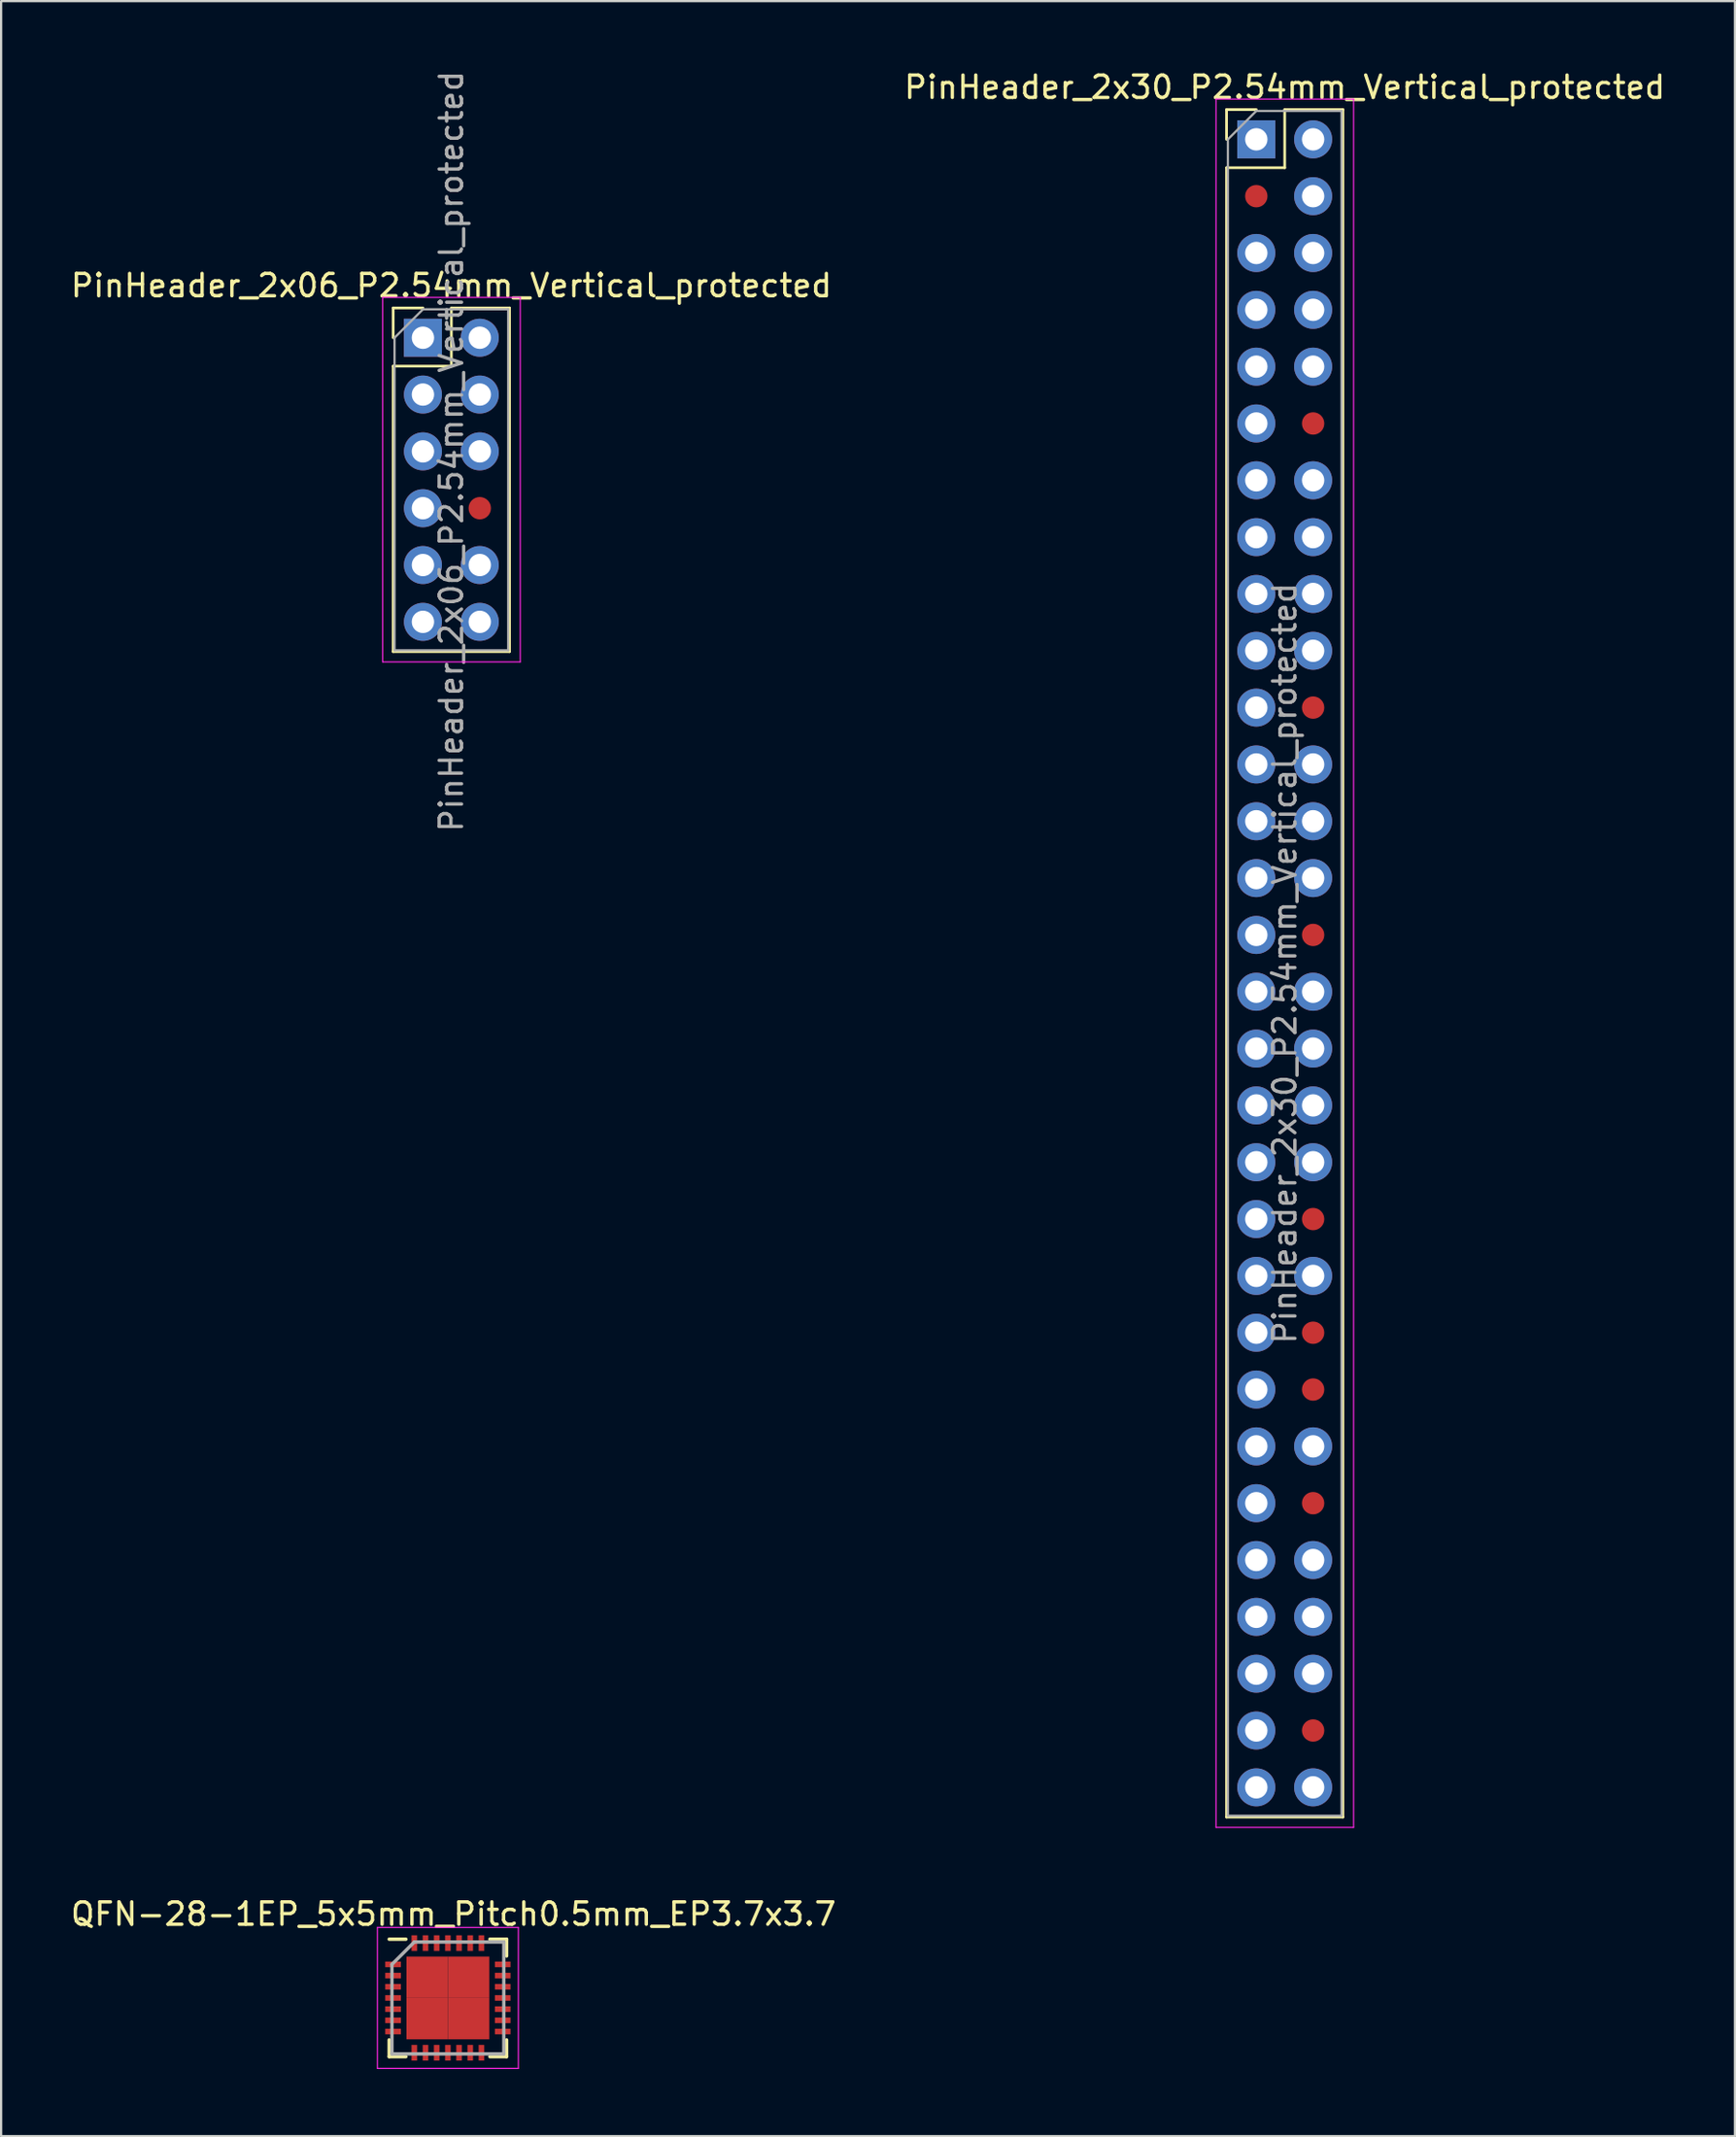
<source format=kicad_pcb>
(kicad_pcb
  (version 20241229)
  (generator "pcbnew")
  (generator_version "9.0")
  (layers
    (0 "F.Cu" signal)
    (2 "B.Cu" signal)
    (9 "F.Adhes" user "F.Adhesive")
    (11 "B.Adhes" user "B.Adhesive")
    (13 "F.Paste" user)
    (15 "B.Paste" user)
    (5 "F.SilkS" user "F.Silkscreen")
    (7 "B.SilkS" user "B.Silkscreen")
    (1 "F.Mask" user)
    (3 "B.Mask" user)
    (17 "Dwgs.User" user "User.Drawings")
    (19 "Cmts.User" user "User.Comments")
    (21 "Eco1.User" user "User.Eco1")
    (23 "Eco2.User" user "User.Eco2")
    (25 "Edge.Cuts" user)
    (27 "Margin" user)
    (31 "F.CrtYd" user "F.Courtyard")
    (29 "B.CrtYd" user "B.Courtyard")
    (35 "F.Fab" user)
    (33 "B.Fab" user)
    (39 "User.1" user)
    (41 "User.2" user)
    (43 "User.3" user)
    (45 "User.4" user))
  (footprint "PinHeader_2x06_P2.54mm_Vertical_protected"
    (layer "F.Cu")
    (at 15.855 12.045)
    (property "Reference" "PinHeader_2x06_P2.54mm_Vertical_protected" (at 1.27 -2.33 0) (layer "F.SilkS") (effects (font (size 1 1) (thickness 0.15))))
    (attr through_hole)
    (fp_line (start -1.33 -1.33) (end 0 -1.33) (stroke (width 0.12) (type solid)) (layer "F.SilkS"))
    (fp_line (start -1.33 0) (end -1.33 -1.33) (stroke (width 0.12) (type solid)) (layer "F.SilkS"))
    (fp_line (start -1.33 1.27) (end -1.33 14.03) (stroke (width 0.12) (type solid)) (layer "F.SilkS"))
    (fp_line (start -1.33 1.27) (end 1.27 1.27) (stroke (width 0.12) (type solid)) (layer "F.SilkS"))
    (fp_line (start 1.27 -1.33) (end 3.87 -1.33) (stroke (width 0.12) (type solid)) (layer "F.SilkS"))
    (fp_line (start 1.27 1.27) (end 1.27 -1.33) (stroke (width 0.12) (type solid)) (layer "F.SilkS"))
    (fp_line (start 3.87 -1.33) (end 3.87 14.03) (stroke (width 0.12) (type solid)) (layer "F.SilkS"))
    (fp_line (start 3.87 14.03) (end -1.33 14.03) (stroke (width 0.12) (type solid)) (layer "F.SilkS"))
    (fp_line (start -1.8 -1.8) (end -1.8 14.49) (stroke (width 0.05) (type solid)) (layer "F.CrtYd"))
    (fp_line (start -1.8 14.49) (end 4.35 14.49) (stroke (width 0.05) (type solid)) (layer "F.CrtYd"))
    (fp_line (start 4.35 -1.8) (end -1.8 -1.8) (stroke (width 0.05) (type solid)) (layer "F.CrtYd"))
    (fp_line (start 4.35 14.49) (end 4.35 -1.8) (stroke (width 0.05) (type solid)) (layer "F.CrtYd"))
    (fp_line (start -1.27 0) (end 0 -1.27) (stroke (width 0.1) (type solid)) (layer "F.Fab"))
    (fp_line (start -1.27 13.97) (end -1.27 0) (stroke (width 0.1) (type solid)) (layer "F.Fab"))
    (fp_line (start 0 -1.27) (end 3.81 -1.27) (stroke (width 0.1) (type solid)) (layer "F.Fab"))
    (fp_line (start 3.81 -1.27) (end 3.81 13.97) (stroke (width 0.1) (type solid)) (layer "F.Fab"))
    (fp_line (start 3.81 13.97) (end -1.27 13.97) (stroke (width 0.1) (type solid)) (layer "F.Fab"))
    (fp_text user "${REFERENCE}" (at 1.27 5.08 90) (layer "F.Fab") (effects (font (size 1 1) (thickness 0.15))))
    (pad "1" thru_hole rect (at 0 0) (size 1.7 1.7) (drill 1) (layers "*.Cu" "*.Mask"))
    (pad "2" thru_hole oval (at 2.54 0) (size 1.7 1.7) (drill 1) (layers "*.Cu" "*.Mask"))
    (pad "3" thru_hole oval (at 0 2.54) (size 1.7 1.7) (drill 1) (layers "*.Cu" "*.Mask"))
    (pad "4" thru_hole oval (at 2.54 2.54) (size 1.7 1.7) (drill 1) (layers "*.Cu" "*.Mask"))
    (pad "5" thru_hole oval (at 0 5.08) (size 1.7 1.7) (drill 1) (layers "*.Cu" "*.Mask"))
    (pad "6" thru_hole oval (at 2.54 5.08) (size 1.7 1.7) (drill 1) (layers "*.Cu" "*.Mask"))
    (pad "7" thru_hole oval (at 0 7.62) (size 1.7 1.7) (drill 1) (layers "*.Cu" "*.Mask"))
    (pad "8" smd oval (at 2.54 7.62) (size 1 1) (layers "F.Cu" "F.Mask" "F.Paste"))
    (pad "9" thru_hole oval (at 0 10.16) (size 1.7 1.7) (drill 1) (layers "*.Cu" "*.Mask"))
    (pad "10" thru_hole oval (at 2.54 10.16) (size 1.7 1.7) (drill 1) (layers "*.Cu" "*.Mask"))
    (pad "11" thru_hole oval (at 0 12.7) (size 1.7 1.7) (drill 1) (layers "*.Cu" "*.Mask"))
    (pad "12" thru_hole oval (at 2.54 12.7) (size 1.7 1.7) (drill 1) (layers "*.Cu" "*.Mask")))
  (footprint "PinHeader_2x30_P2.54mm_Vertical_protected"
    (layer "F.Cu")
    (at 53.105 3.178)
    (property "Reference" "PinHeader_2x30_P2.54mm_Vertical_protected" (at 1.27 -2.33 0) (layer "F.SilkS") (effects (font (size 1 1) (thickness 0.15))))
    (attr through_hole)
    (fp_line (start -1.33 -1.33) (end 0 -1.33) (stroke (width 0.12) (type solid)) (layer "F.SilkS"))
    (fp_line (start -1.33 0) (end -1.33 -1.33) (stroke (width 0.12) (type solid)) (layer "F.SilkS"))
    (fp_line (start -1.33 1.27) (end -1.33 74.99) (stroke (width 0.12) (type solid)) (layer "F.SilkS"))
    (fp_line (start -1.33 1.27) (end 1.27 1.27) (stroke (width 0.12) (type solid)) (layer "F.SilkS"))
    (fp_line (start -1.33 74.99) (end 3.87 74.99) (stroke (width 0.12) (type solid)) (layer "F.SilkS"))
    (fp_line (start 1.27 -1.33) (end 3.87 -1.33) (stroke (width 0.12) (type solid)) (layer "F.SilkS"))
    (fp_line (start 1.27 1.27) (end 1.27 -1.33) (stroke (width 0.12) (type solid)) (layer "F.SilkS"))
    (fp_line (start 3.87 -1.33) (end 3.87 74.99) (stroke (width 0.12) (type solid)) (layer "F.SilkS"))
    (fp_line (start -1.8 -1.8) (end -1.8 75.45) (stroke (width 0.05) (type solid)) (layer "F.CrtYd"))
    (fp_line (start -1.8 75.45) (end 4.35 75.45) (stroke (width 0.05) (type solid)) (layer "F.CrtYd"))
    (fp_line (start 4.35 -1.8) (end -1.8 -1.8) (stroke (width 0.05) (type solid)) (layer "F.CrtYd"))
    (fp_line (start 4.35 75.45) (end 4.35 -1.8) (stroke (width 0.05) (type solid)) (layer "F.CrtYd"))
    (fp_line (start -1.27 0) (end 0 -1.27) (stroke (width 0.1) (type solid)) (layer "F.Fab"))
    (fp_line (start -1.27 74.93) (end -1.27 0) (stroke (width 0.1) (type solid)) (layer "F.Fab"))
    (fp_line (start 0 -1.27) (end 3.81 -1.27) (stroke (width 0.1) (type solid)) (layer "F.Fab"))
    (fp_line (start 3.81 -1.27) (end 3.81 74.93) (stroke (width 0.1) (type solid)) (layer "F.Fab"))
    (fp_line (start 3.81 74.93) (end -1.27 74.93) (stroke (width 0.1) (type solid)) (layer "F.Fab"))
    (fp_text user "${REFERENCE}" (at 1.27 36.83 90) (layer "F.Fab") (effects (font (size 1 1) (thickness 0.15))))
    (pad "1" thru_hole rect (at 0 0) (size 1.7 1.7) (drill 1) (layers "*.Cu" "*.Mask"))
    (pad "2" thru_hole oval (at 2.54 0) (size 1.7 1.7) (drill 1) (layers "*.Cu" "*.Mask"))
    (pad "3" smd oval (at 0 2.54) (size 1 1) (layers "F.Cu" "F.Mask" "F.Paste"))
    (pad "4" thru_hole oval (at 2.54 2.54) (size 1.7 1.7) (drill 1) (layers "*.Cu" "*.Mask"))
    (pad "5" thru_hole oval (at 0 5.08) (size 1.7 1.7) (drill 1) (layers "*.Cu" "*.Mask"))
    (pad "6" thru_hole oval (at 2.54 5.08) (size 1.7 1.7) (drill 1) (layers "*.Cu" "*.Mask"))
    (pad "7" thru_hole oval (at 0 7.62) (size 1.7 1.7) (drill 1) (layers "*.Cu" "*.Mask"))
    (pad "8" thru_hole oval (at 2.54 7.62) (size 1.7 1.7) (drill 1) (layers "*.Cu" "*.Mask"))
    (pad "9" thru_hole oval (at 0 10.16) (size 1.7 1.7) (drill 1) (layers "*.Cu" "*.Mask"))
    (pad "10" thru_hole oval (at 2.54 10.16) (size 1.7 1.7) (drill 1) (layers "*.Cu" "*.Mask"))
    (pad "11" thru_hole oval (at 0 12.7) (size 1.7 1.7) (drill 1) (layers "*.Cu" "*.Mask"))
    (pad "12" smd oval (at 2.54 12.7) (size 1 1) (layers "F.Cu" "F.Mask" "F.Paste"))
    (pad "13" thru_hole oval (at 0 15.24) (size 1.7 1.7) (drill 1) (layers "*.Cu" "*.Mask"))
    (pad "14" thru_hole oval (at 2.54 15.24) (size 1.7 1.7) (drill 1) (layers "*.Cu" "*.Mask"))
    (pad "15" thru_hole oval (at 0 17.78) (size 1.7 1.7) (drill 1) (layers "*.Cu" "*.Mask"))
    (pad "16" thru_hole oval (at 2.54 17.78) (size 1.7 1.7) (drill 1) (layers "*.Cu" "*.Mask"))
    (pad "17" thru_hole oval (at 0 20.32) (size 1.7 1.7) (drill 1) (layers "*.Cu" "*.Mask"))
    (pad "18" thru_hole oval (at 2.54 20.32) (size 1.7 1.7) (drill 1) (layers "*.Cu" "*.Mask"))
    (pad "19" thru_hole oval (at 0 22.86) (size 1.7 1.7) (drill 1) (layers "*.Cu" "*.Mask"))
    (pad "20" thru_hole oval (at 2.54 22.86) (size 1.7 1.7) (drill 1) (layers "*.Cu" "*.Mask"))
    (pad "21" thru_hole oval (at 0 25.4) (size 1.7 1.7) (drill 1) (layers "*.Cu" "*.Mask"))
    (pad "22" smd oval (at 2.54 25.4) (size 1 1) (layers "F.Cu" "F.Mask" "F.Paste"))
    (pad "23" thru_hole oval (at 0 27.94) (size 1.7 1.7) (drill 1) (layers "*.Cu" "*.Mask"))
    (pad "24" thru_hole oval (at 2.54 27.94) (size 1.7 1.7) (drill 1) (layers "*.Cu" "*.Mask"))
    (pad "25" thru_hole oval (at 0 30.48) (size 1.7 1.7) (drill 1) (layers "*.Cu" "*.Mask"))
    (pad "26" thru_hole oval (at 2.54 30.48) (size 1.7 1.7) (drill 1) (layers "*.Cu" "*.Mask"))
    (pad "27" thru_hole oval (at 0 33.02) (size 1.7 1.7) (drill 1) (layers "*.Cu" "*.Mask"))
    (pad "28" thru_hole oval (at 2.54 33.02) (size 1.7 1.7) (drill 1) (layers "*.Cu" "*.Mask"))
    (pad "29" thru_hole oval (at 0 35.56) (size 1.7 1.7) (drill 1) (layers "*.Cu" "*.Mask"))
    (pad "30" smd oval (at 2.54 35.56) (size 1 1) (layers "F.Cu" "F.Mask" "F.Paste"))
    (pad "31" thru_hole oval (at 0 38.1) (size 1.7 1.7) (drill 1) (layers "*.Cu" "*.Mask"))
    (pad "32" thru_hole oval (at 2.54 38.1) (size 1.7 1.7) (drill 1) (layers "*.Cu" "*.Mask"))
    (pad "33" thru_hole oval (at 0 40.64) (size 1.7 1.7) (drill 1) (layers "*.Cu" "*.Mask"))
    (pad "34" thru_hole oval (at 2.54 40.64) (size 1.7 1.7) (drill 1) (layers "*.Cu" "*.Mask"))
    (pad "35" thru_hole oval (at 0 43.18) (size 1.7 1.7) (drill 1) (layers "*.Cu" "*.Mask"))
    (pad "36" thru_hole oval (at 2.54 43.18) (size 1.7 1.7) (drill 1) (layers "*.Cu" "*.Mask"))
    (pad "37" thru_hole oval (at 0 45.72) (size 1.7 1.7) (drill 1) (layers "*.Cu" "*.Mask"))
    (pad "38" thru_hole oval (at 2.54 45.72) (size 1.7 1.7) (drill 1) (layers "*.Cu" "*.Mask"))
    (pad "39" thru_hole oval (at 0 48.26) (size 1.7 1.7) (drill 1) (layers "*.Cu" "*.Mask"))
    (pad "40" smd oval (at 2.54 48.26) (size 1 1) (layers "F.Cu" "F.Mask" "F.Paste"))
    (pad "41" thru_hole oval (at 0 50.8) (size 1.7 1.7) (drill 1) (layers "*.Cu" "*.Mask"))
    (pad "42" thru_hole oval (at 2.54 50.8) (size 1.7 1.7) (drill 1) (layers "*.Cu" "*.Mask"))
    (pad "43" thru_hole oval (at 0 53.34) (size 1.7 1.7) (drill 1) (layers "*.Cu" "*.Mask"))
    (pad "44" smd oval (at 2.54 53.34) (size 1 1) (layers "F.Cu" "F.Mask" "F.Paste"))
    (pad "45" thru_hole oval (at 0 55.88) (size 1.7 1.7) (drill 1) (layers "*.Cu" "*.Mask"))
    (pad "46" smd oval (at 2.54 55.88) (size 1 1) (layers "F.Cu" "F.Mask" "F.Paste"))
    (pad "47" thru_hole oval (at 0 58.42) (size 1.7 1.7) (drill 1) (layers "*.Cu" "*.Mask"))
    (pad "48" thru_hole oval (at 2.54 58.42) (size 1.7 1.7) (drill 1) (layers "*.Cu" "*.Mask"))
    (pad "49" thru_hole oval (at 0 60.96) (size 1.7 1.7) (drill 1) (layers "*.Cu" "*.Mask"))
    (pad "50" smd oval (at 2.54 60.96) (size 1 1) (layers "F.Cu" "F.Mask" "F.Paste"))
    (pad "51" thru_hole oval (at 0 63.5) (size 1.7 1.7) (drill 1) (layers "*.Cu" "*.Mask"))
    (pad "52" thru_hole oval (at 2.54 63.5) (size 1.7 1.7) (drill 1) (layers "*.Cu" "*.Mask"))
    (pad "53" thru_hole oval (at 0 66.04) (size 1.7 1.7) (drill 1) (layers "*.Cu" "*.Mask"))
    (pad "54" thru_hole oval (at 2.54 66.04) (size 1.7 1.7) (drill 1) (layers "*.Cu" "*.Mask"))
    (pad "55" thru_hole oval (at 0 68.58) (size 1.7 1.7) (drill 1) (layers "*.Cu" "*.Mask"))
    (pad "56" thru_hole oval (at 2.54 68.58) (size 1.7 1.7) (drill 1) (layers "*.Cu" "*.Mask"))
    (pad "57" thru_hole oval (at 0 71.12) (size 1.7 1.7) (drill 1) (layers "*.Cu" "*.Mask"))
    (pad "58" smd oval (at 2.54 71.12) (size 1 1) (layers "F.Cu" "F.Mask" "F.Paste"))
    (pad "59" thru_hole oval (at 0 73.66) (size 1.7 1.7) (drill 1) (layers "*.Cu" "*.Mask"))
    (pad "60" thru_hole oval (at 2.54 73.66) (size 1.7 1.7) (drill 1) (layers "*.Cu" "*.Mask")))
  (footprint "QFN-28-1EP_5x5mm_Pitch0.5mm_EP3.7x3.7"
    (layer "F.Cu")
    (at 16.97 86.251)
    (property "Reference" "QFN-28-1EP_5x5mm_Pitch0.5mm_EP3.7x3.7" (at 0.25 -3.75 0) (layer "F.SilkS") (effects (font (size 1 1) (thickness 0.15))))
    (attr smd)
    (fp_line (start -2.625 -2.625) (end -1.875 -2.625) (stroke (width 0.15) (type solid)) (layer "F.SilkS"))
    (fp_line (start -2.625 2.625) (end -2.625 1.875) (stroke (width 0.15) (type solid)) (layer "F.SilkS"))
    (fp_line (start -2.625 2.625) (end -1.875 2.625) (stroke (width 0.15) (type solid)) (layer "F.SilkS"))
    (fp_line (start 2.625 -2.625) (end 1.875 -2.625) (stroke (width 0.15) (type solid)) (layer "F.SilkS"))
    (fp_line (start 2.625 -2.625) (end 2.625 -1.875) (stroke (width 0.15) (type solid)) (layer "F.SilkS"))
    (fp_line (start 2.625 2.625) (end 1.875 2.625) (stroke (width 0.15) (type solid)) (layer "F.SilkS"))
    (fp_line (start 2.625 2.625) (end 2.625 1.875) (stroke (width 0.15) (type solid)) (layer "F.SilkS"))
    (fp_line (start -3.15 -3.15) (end -3.15 3.15) (stroke (width 0.05) (type solid)) (layer "F.CrtYd"))
    (fp_line (start -3.15 -3.15) (end 3.15 -3.15) (stroke (width 0.05) (type solid)) (layer "F.CrtYd"))
    (fp_line (start -3.15 3.15) (end 3.15 3.15) (stroke (width 0.05) (type solid)) (layer "F.CrtYd"))
    (fp_line (start 3.15 -3.15) (end 3.15 3.15) (stroke (width 0.05) (type solid)) (layer "F.CrtYd"))
    (fp_line (start -2.5 -1.5) (end -1.5 -2.5) (stroke (width 0.15) (type solid)) (layer "F.Fab"))
    (fp_line (start -2.5 2.5) (end -2.5 -1.5) (stroke (width 0.15) (type solid)) (layer "F.Fab"))
    (fp_line (start -1.5 -2.5) (end 2.5 -2.5) (stroke (width 0.15) (type solid)) (layer "F.Fab"))
    (fp_line (start 2.5 -2.5) (end 2.5 2.5) (stroke (width 0.15) (type solid)) (layer "F.Fab"))
    (fp_line (start 2.5 2.5) (end -2.5 2.5) (stroke (width 0.15) (type solid)) (layer "F.Fab"))
    (pad "1" smd rect (at -2.45 -1.5) (size 0.7 0.25) (layers "F.Cu" "F.Mask" "F.Paste"))
    (pad "2" smd rect (at -2.45 -1) (size 0.7 0.25) (layers "F.Cu" "F.Mask" "F.Paste"))
    (pad "3" smd rect (at -2.45 -0.5) (size 0.7 0.25) (layers "F.Cu" "F.Mask" "F.Paste"))
    (pad "4" smd rect (at -2.45 0) (size 0.7 0.25) (layers "F.Cu" "F.Mask" "F.Paste"))
    (pad "5" smd rect (at -2.45 0.5) (size 0.7 0.25) (layers "F.Cu" "F.Mask" "F.Paste"))
    (pad "6" smd rect (at -2.45 1) (size 0.7 0.25) (layers "F.Cu" "F.Mask" "F.Paste"))
    (pad "7" smd rect (at -2.45 1.5) (size 0.7 0.25) (layers "F.Cu" "F.Mask" "F.Paste"))
    (pad "8" smd rect (at -1.5 2.45 90) (size 0.7 0.25) (layers "F.Cu" "F.Mask" "F.Paste"))
    (pad "9" smd rect (at -1 2.45 90) (size 0.7 0.25) (layers "F.Cu" "F.Mask" "F.Paste"))
    (pad "10" smd rect (at -0.5 2.45 90) (size 0.7 0.25) (layers "F.Cu" "F.Mask" "F.Paste"))
    (pad "11" smd rect (at 0 2.45 90) (size 0.7 0.25) (layers "F.Cu" "F.Mask" "F.Paste"))
    (pad "12" smd rect (at 0.5 2.45 90) (size 0.7 0.25) (layers "F.Cu" "F.Mask" "F.Paste"))
    (pad "13" smd rect (at 1 2.45 90) (size 0.7 0.25) (layers "F.Cu" "F.Mask" "F.Paste"))
    (pad "14" smd rect (at 1.5 2.45 90) (size 0.7 0.25) (layers "F.Cu" "F.Mask" "F.Paste"))
    (pad "15" smd rect (at 2.45 1.5 180) (size 0.7 0.25) (layers "F.Cu" "F.Mask" "F.Paste"))
    (pad "16" smd rect (at 2.45 1 180) (size 0.7 0.25) (layers "F.Cu" "F.Mask" "F.Paste"))
    (pad "17" smd rect (at 2.45 0.5 180) (size 0.7 0.25) (layers "F.Cu" "F.Mask" "F.Paste"))
    (pad "18" smd rect (at 2.45 0 180) (size 0.7 0.25) (layers "F.Cu" "F.Mask" "F.Paste"))
    (pad "19" smd rect (at 2.45 -0.5 180) (size 0.7 0.25) (layers "F.Cu" "F.Mask" "F.Paste"))
    (pad "20" smd rect (at 2.45 -1 180) (size 0.7 0.25) (layers "F.Cu" "F.Mask" "F.Paste"))
    (pad "21" smd rect (at 2.45 -1.5 180) (size 0.7 0.25) (layers "F.Cu" "F.Mask" "F.Paste"))
    (pad "22" smd rect (at 1.5 -2.45 270) (size 0.7 0.25) (layers "F.Cu" "F.Mask" "F.Paste"))
    (pad "23" smd rect (at 1 -2.45 270) (size 0.7 0.25) (layers "F.Cu" "F.Mask" "F.Paste"))
    (pad "24" smd rect (at 0.5 -2.45 270) (size 0.7 0.25) (layers "F.Cu" "F.Mask" "F.Paste"))
    (pad "25" smd rect (at 0 -2.45 270) (size 0.7 0.25) (layers "F.Cu" "F.Mask" "F.Paste"))
    (pad "26" smd rect (at -0.5 -2.45 270) (size 0.7 0.25) (layers "F.Cu" "F.Mask" "F.Paste"))
    (pad "27" smd rect (at -1 -2.45 270) (size 0.7 0.25) (layers "F.Cu" "F.Mask" "F.Paste"))
    (pad "28" smd rect (at -1.5 -2.45 270) (size 0.7 0.25) (layers "F.Cu" "F.Mask" "F.Paste"))
    (pad "29" smd rect (at -0.925 -0.925 270) (size 1.85 1.85) (layers "F.Cu" "F.Mask" "F.Paste"))
    (pad "29" smd rect (at -0.925 0.925 270) (size 1.85 1.85) (layers "F.Cu" "F.Mask" "F.Paste"))
    (pad "29" smd rect (at 0.925 -0.925 270) (size 1.85 1.85) (layers "F.Cu" "F.Mask" "F.Paste"))
    (pad "29" smd rect (at 0.925 0.925 270) (size 1.85 1.85) (layers "F.Cu" "F.Mask" "F.Paste")))
  (gr_rect
    (start -3 -3)
    (end 74.5 92.427)
    (stroke (width 0.1) (type default))
    (fill no)
    (layer "Edge.Cuts")))
</source>
